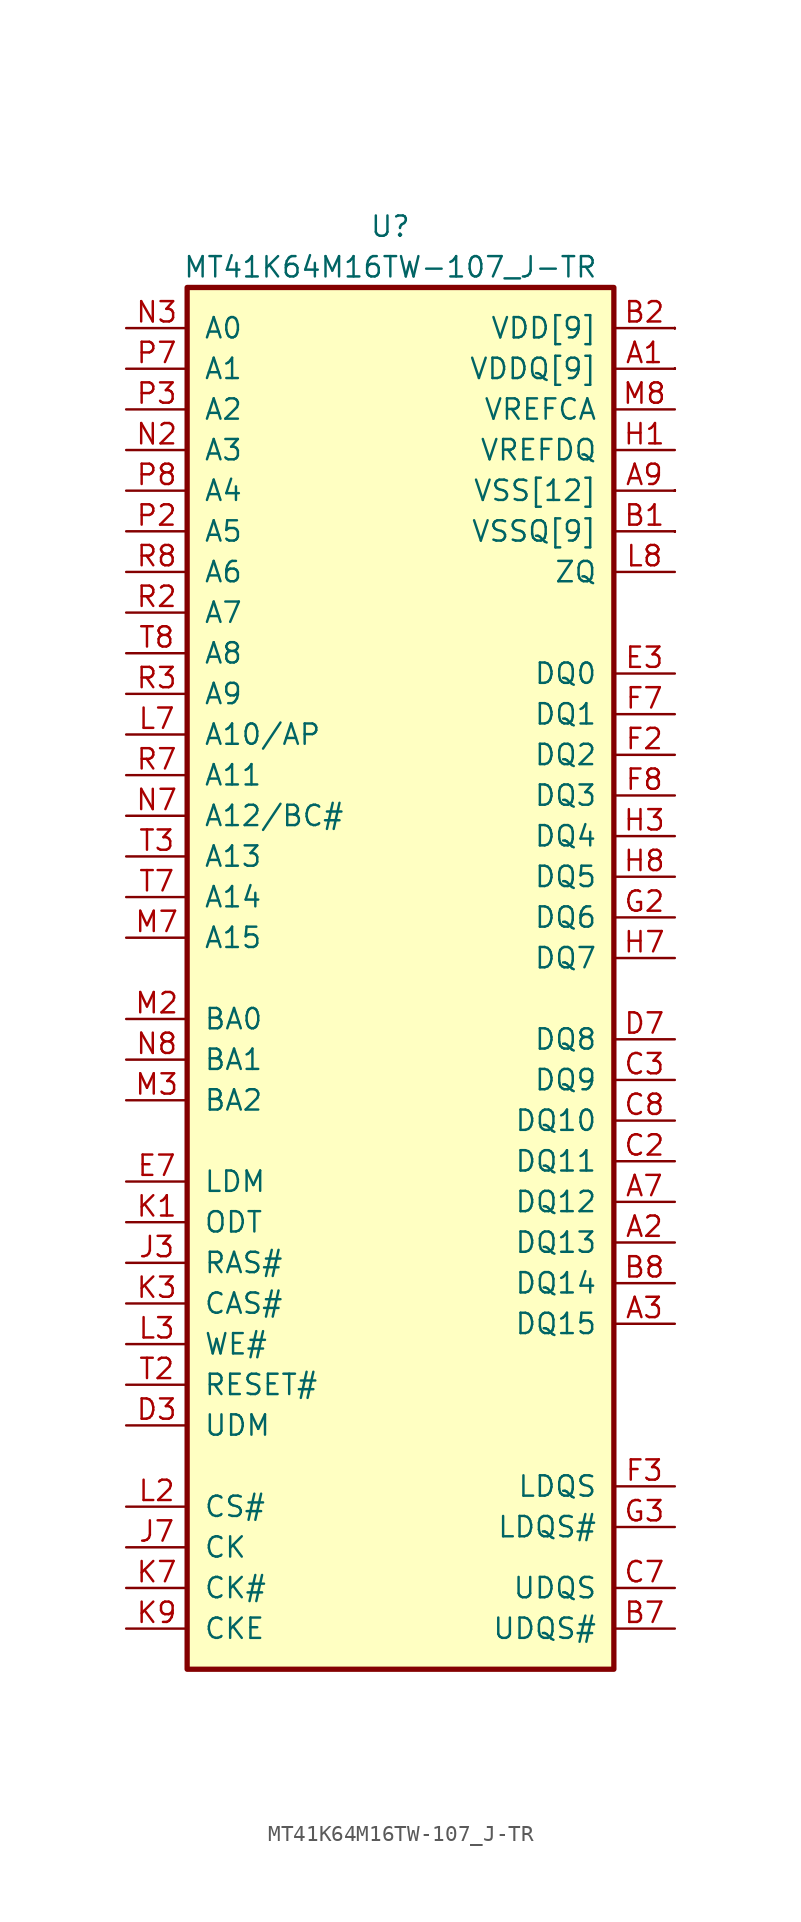
<source format=kicad_sym>
(kicad_symbol_lib
  (version 20241209)
  (generator "kicad_symbol_editor")
  (generator_version "9.0")
  (symbol "MT41K64M16TW-107_J-TR"
    (pin_names
      (offset 1.016))
    (property "Reference" "U"
      (at 0 36.83 0)
      (effects (font (size 1.27 1.27))))
    (property "Value" "MT41K64M16TW-107_J-TR"
      (at 0 34.29 0)
      (effects (font (size 1.27 1.27))))
    (symbol "MT41K64M16TW-107_J-TR_0_1"
      (rectangle (start -12.7 33.02) (end 13.97 -53.34) (stroke (width 0.33) (type solid)) (fill (type background))))
    (symbol "MT41K64M16TW-107_J-TR_1_1"
      (pin input line (at -16.51 30.48 0) (length 3.81) (name "A0" (effects (font (size 1.27 1.27)))) (number "N3" (effects (font (size 1.27 1.27)))))
      (pin input line (at -16.51 27.94 0) (length 3.81) (name "A1" (effects (font (size 1.27 1.27)))) (number "P7" (effects (font (size 1.27 1.27)))))
      (pin input line (at -16.51 25.4 0) (length 3.81) (name "A2" (effects (font (size 1.27 1.27)))) (number "P3" (effects (font (size 1.27 1.27)))))
      (pin input line (at -16.51 22.86 0) (length 3.81) (name "A3" (effects (font (size 1.27 1.27)))) (number "N2" (effects (font (size 1.27 1.27)))))
      (pin input line (at -16.51 20.32 0) (length 3.81) (name "A4" (effects (font (size 1.27 1.27)))) (number "P8" (effects (font (size 1.27 1.27)))))
      (pin input line (at -16.51 17.78 0) (length 3.81) (name "A5" (effects (font (size 1.27 1.27)))) (number "P2" (effects (font (size 1.27 1.27)))))
      (pin input line (at -16.51 15.24 0) (length 3.81) (name "A6" (effects (font (size 1.27 1.27)))) (number "R8" (effects (font (size 1.27 1.27)))))
      (pin input line (at -16.51 12.7 0) (length 3.81) (name "A7" (effects (font (size 1.27 1.27)))) (number "R2" (effects (font (size 1.27 1.27)))))
      (pin input line (at -16.51 10.16 0) (length 3.81) (name "A8" (effects (font (size 1.27 1.27)))) (number "T8" (effects (font (size 1.27 1.27)))))
      (pin input line (at -16.51 7.62 0) (length 3.81) (name "A9" (effects (font (size 1.27 1.27)))) (number "R3" (effects (font (size 1.27 1.27)))))
      (pin input line (at -16.51 5.08 0) (length 3.81) (name "A10/AP" (effects (font (size 1.27 1.27)))) (number "L7" (effects (font (size 1.27 1.27)))))
      (pin input line (at -16.51 2.54 0) (length 3.81) (name "A11" (effects (font (size 1.27 1.27)))) (number "R7" (effects (font (size 1.27 1.27)))))
      (pin input line (at -16.51 0 0) (length 3.81) (name "A12/BC#" (effects (font (size 1.27 1.27)))) (number "N7" (effects (font (size 1.27 1.27)))))
      (pin input line (at -16.51 -2.54 0) (length 3.81) (name "A13" (effects (font (size 1.27 1.27)))) (number "T3" (effects (font (size 1.27 1.27)))))
      (pin input line (at -16.51 -5.08 0) (length 3.81) (name "A14" (effects (font (size 1.27 1.27)))) (number "T7" (effects (font (size 1.27 1.27)))))
      (pin input line (at -16.51 -7.62 0) (length 3.81) (name "A15" (effects (font (size 1.27 1.27)))) (number "M7" (effects (font (size 1.27 1.27)))))
      (pin input line (at -16.51 -12.7 0) (length 3.81) (name "BA0" (effects (font (size 1.27 1.27)))) (number "M2" (effects (font (size 1.27 1.27)))))
      (pin input line (at -16.51 -15.24 0) (length 3.81) (name "BA1" (effects (font (size 1.27 1.27)))) (number "N8" (effects (font (size 1.27 1.27)))))
      (pin input line (at -16.51 -17.78 0) (length 3.81) (name "BA2" (effects (font (size 1.27 1.27)))) (number "M3" (effects (font (size 1.27 1.27)))))
      (pin input line (at -16.51 -22.86 0) (length 3.81) (name "LDM" (effects (font (size 1.27 1.27)))) (number "E7" (effects (font (size 1.27 1.27)))))
      (pin input line (at -16.51 -25.4 0) (length 3.81) (name "ODT" (effects (font (size 1.27 1.27)))) (number "K1" (effects (font (size 1.27 1.27)))))
      (pin input line (at -16.51 -27.94 0) (length 3.81) (name "RAS#" (effects (font (size 1.27 1.27)))) (number "J3" (effects (font (size 1.27 1.27)))))
      (pin input line (at -16.51 -30.48 0) (length 3.81) (name "CAS#" (effects (font (size 1.27 1.27)))) (number "K3" (effects (font (size 1.27 1.27)))))
      (pin input line (at -16.51 -33.02 0) (length 3.81) (name "WE#" (effects (font (size 1.27 1.27)))) (number "L3" (effects (font (size 1.27 1.27)))))
      (pin input line (at -16.51 -35.56 0) (length 3.81) (name "RESET#" (effects (font (size 1.27 1.27)))) (number "T2" (effects (font (size 1.27 1.27)))))
      (pin input line (at -16.51 -38.1 0) (length 3.81) (name "UDM" (effects (font (size 1.27 1.27)))) (number "D3" (effects (font (size 1.27 1.27)))))
      (pin input line (at -16.51 -43.18 0) (length 3.81) (name "CS#" (effects (font (size 1.27 1.27)))) (number "L2" (effects (font (size 1.27 1.27)))))
      (pin input line (at -16.51 -45.72 0) (length 3.81) (name "CK" (effects (font (size 1.27 1.27)))) (number "J7" (effects (font (size 1.27 1.27)))))
      (pin input line (at -16.51 -48.26 0) (length 3.81) (name "CK#" (effects (font (size 1.27 1.27)))) (number "K7" (effects (font (size 1.27 1.27)))))
      (pin input line (at -16.51 -50.8 0) (length 3.81) (name "CKE" (effects (font (size 1.27 1.27)))) (number "K9" (effects (font (size 1.27 1.27)))))
      (pin input line (at 17.78 30.48 180) (length 3.81) (name "VDD[9]" (effects (font (size 1.27 1.27)))) (number "B2" (effects (font (size 1.27 1.27)))))
      (pin input line (at 17.78 30.48 180) (length 0) (name "VDD" (effects (font (size 0 0)))) (number "D9" (effects (font (size 0 0)))))
      (pin input line (at 17.78 30.48 180) (length 0) (name "VDD" (effects (font (size 0 0)))) (number "G7" (effects (font (size 0 0)))))
      (pin input line (at 17.78 30.48 180) (length 0) (name "VDD" (effects (font (size 0 0)))) (number "K2" (effects (font (size 0 0)))))
      (pin input line (at 17.78 30.48 180) (length 0) (name "VDD" (effects (font (size 0 0)))) (number "K8" (effects (font (size 0 0)))))
      (pin input line (at 17.78 30.48 180) (length 0) (name "VDD" (effects (font (size 0 0)))) (number "N1" (effects (font (size 0 0)))))
      (pin input line (at 17.78 30.48 180) (length 0) (name "VDD" (effects (font (size 0 0)))) (number "N9" (effects (font (size 0 0)))))
      (pin input line (at 17.78 30.48 180) (length 0) (name "VDD" (effects (font (size 0 0)))) (number "R1" (effects (font (size 0 0)))))
      (pin input line (at 17.78 30.48 180) (length 0) (name "VDD" (effects (font (size 0 0)))) (number "R9" (effects (font (size 0 0)))))
      (pin input line (at 17.78 27.94 180) (length 3.81) (name "VDDQ[9]" (effects (font (size 1.27 1.27)))) (number "A1" (effects (font (size 1.27 1.27)))))
      (pin input line (at 17.78 27.94 180) (length 0) (name "VDDQ" (effects (font (size 0 0)))) (number "A8" (effects (font (size 0 0)))))
      (pin input line (at 17.78 27.94 180) (length 0) (name "VDDQ" (effects (font (size 0 0)))) (number "C1" (effects (font (size 0 0)))))
      (pin input line (at 17.78 27.94 180) (length 0) (name "VDDQ" (effects (font (size 0 0)))) (number "C9" (effects (font (size 0 0)))))
      (pin input line (at 17.78 27.94 180) (length 0) (name "VDDQ" (effects (font (size 0 0)))) (number "D2" (effects (font (size 0 0)))))
      (pin input line (at 17.78 27.94 180) (length 0) (name "VDDQ" (effects (font (size 0 0)))) (number "E9" (effects (font (size 0 0)))))
      (pin input line (at 17.78 27.94 180) (length 0) (name "VDDQ" (effects (font (size 0 0)))) (number "F1" (effects (font (size 0 0)))))
      (pin input line (at 17.78 27.94 180) (length 0) (name "VDDQ" (effects (font (size 0 0)))) (number "H2" (effects (font (size 0 0)))))
      (pin input line (at 17.78 27.94 180) (length 0) (name "VDDQ" (effects (font (size 0 0)))) (number "H9" (effects (font (size 0 0)))))
      (pin input line (at 17.78 25.4 180) (length 3.81) (name "VREFCA" (effects (font (size 1.27 1.27)))) (number "M8" (effects (font (size 1.27 1.27)))))
      (pin input line (at 17.78 22.86 180) (length 3.81) (name "VREFDQ" (effects (font (size 1.27 1.27)))) (number "H1" (effects (font (size 1.27 1.27)))))
      (pin input line (at 17.78 20.32 180) (length 3.81) (name "VSS[12]" (effects (font (size 1.27 1.27)))) (number "A9" (effects (font (size 1.27 1.27)))))
      (pin input line (at 17.78 20.32 180) (length 0) (name "VSS" (effects (font (size 0 0)))) (number "B3" (effects (font (size 0 0)))))
      (pin input line (at 17.78 20.32 180) (length 0) (name "VSS" (effects (font (size 0 0)))) (number "E1" (effects (font (size 0 0)))))
      (pin input line (at 17.78 20.32 180) (length 0) (name "VSS" (effects (font (size 0 0)))) (number "J2" (effects (font (size 0 0)))))
      (pin input line (at 17.78 20.32 180) (length 0) (name "VSS" (effects (font (size 0 0)))) (number "J8" (effects (font (size 0 0)))))
      (pin input line (at 17.78 20.32 180) (length 0) (name "VSS" (effects (font (size 0 0)))) (number "M1" (effects (font (size 0 0)))))
      (pin input line (at 17.78 20.32 180) (length 0) (name "VSS" (effects (font (size 0 0)))) (number "M9" (effects (font (size 0 0)))))
      (pin input line (at 17.78 20.32 180) (length 0) (name "VSS" (effects (font (size 0 0)))) (number "P1" (effects (font (size 0 0)))))
      (pin input line (at 17.78 20.32 180) (length 0) (name "VSS" (effects (font (size 0 0)))) (number "P9" (effects (font (size 0 0)))))
      (pin input line (at 17.78 20.32 180) (length 0) (name "VSS" (effects (font (size 0 0)))) (number "P9" (effects (font (size 0 0)))))
      (pin input line (at 17.78 20.32 180) (length 0) (name "VSS" (effects (font (size 0 0)))) (number "T1" (effects (font (size 0 0)))))
      (pin input line (at 17.78 20.32 180) (length 0) (name "VSS" (effects (font (size 0 0)))) (number "T9" (effects (font (size 0 0)))))
      (pin input line (at 17.78 17.78 180) (length 3.81) (name "VSSQ[9]" (effects (font (size 1.27 1.27)))) (number "B1" (effects (font (size 1.27 1.27)))))
      (pin input line (at 17.78 17.78 180) (length 0) (name "VSSQ" (effects (font (size 0 0)))) (number "B9" (effects (font (size 0 0)))))
      (pin input line (at 17.78 17.78 180) (length 0) (name "VSSQ" (effects (font (size 0 0)))) (number "D1" (effects (font (size 0 0)))))
      (pin input line (at 17.78 17.78 180) (length 0) (name "VSSQ" (effects (font (size 0 0)))) (number "D8" (effects (font (size 0 0)))))
      (pin input line (at 17.78 17.78 180) (length 0) (name "VSSQ" (effects (font (size 0 0)))) (number "E2" (effects (font (size 0 0)))))
      (pin input line (at 17.78 17.78 180) (length 0) (name "VSSQ" (effects (font (size 0 0)))) (number "E8" (effects (font (size 0 0)))))
      (pin input line (at 17.78 17.78 180) (length 0) (name "VSSQ" (effects (font (size 0 0)))) (number "F9" (effects (font (size 0 0)))))
      (pin input line (at 17.78 17.78 180) (length 0) (name "VSSQ" (effects (font (size 0 0)))) (number "G1" (effects (font (size 0 0)))))
      (pin input line (at 17.78 17.78 180) (length 0) (name "VSSQ" (effects (font (size 0 0)))) (number "G9" (effects (font (size 0 0)))))
      (pin input line (at 17.78 15.24 180) (length 3.81) (name "ZQ" (effects (font (size 1.27 1.27)))) (number "L8" (effects (font (size 1.27 1.27)))))
      (pin input line (at 17.78 8.89 180) (length 3.81) (name "DQ0" (effects (font (size 1.27 1.27)))) (number "E3" (effects (font (size 1.27 1.27)))))
      (pin input line (at 17.78 6.35 180) (length 3.81) (name "DQ1" (effects (font (size 1.27 1.27)))) (number "F7" (effects (font (size 1.27 1.27)))))
      (pin input line (at 17.78 3.81 180) (length 3.81) (name "DQ2" (effects (font (size 1.27 1.27)))) (number "F2" (effects (font (size 1.27 1.27)))))
      (pin input line (at 17.78 1.27 180) (length 3.81) (name "DQ3" (effects (font (size 1.27 1.27)))) (number "F8" (effects (font (size 1.27 1.27)))))
      (pin input line (at 17.78 -1.27 180) (length 3.81) (name "DQ4" (effects (font (size 1.27 1.27)))) (number "H3" (effects (font (size 1.27 1.27)))))
      (pin input line (at 17.78 -3.81 180) (length 3.81) (name "DQ5" (effects (font (size 1.27 1.27)))) (number "H8" (effects (font (size 1.27 1.27)))))
      (pin input line (at 17.78 -6.35 180) (length 3.81) (name "DQ6" (effects (font (size 1.27 1.27)))) (number "G2" (effects (font (size 1.27 1.27)))))
      (pin input line (at 17.78 -8.89 180) (length 3.81) (name "DQ7" (effects (font (size 1.27 1.27)))) (number "H7" (effects (font (size 1.27 1.27)))))
      (pin input line (at 17.78 -13.97 180) (length 3.81) (name "DQ8" (effects (font (size 1.27 1.27)))) (number "D7" (effects (font (size 1.27 1.27)))))
      (pin input line (at 17.78 -16.51 180) (length 3.81) (name "DQ9" (effects (font (size 1.27 1.27)))) (number "C3" (effects (font (size 1.27 1.27)))))
      (pin input line (at 17.78 -19.05 180) (length 3.81) (name "DQ10" (effects (font (size 1.27 1.27)))) (number "C8" (effects (font (size 1.27 1.27)))))
      (pin input line (at 17.78 -21.59 180) (length 3.81) (name "DQ11" (effects (font (size 1.27 1.27)))) (number "C2" (effects (font (size 1.27 1.27)))))
      (pin input line (at 17.78 -24.13 180) (length 3.81) (name "DQ12" (effects (font (size 1.27 1.27)))) (number "A7" (effects (font (size 1.27 1.27)))))
      (pin input line (at 17.78 -26.67 180) (length 3.81) (name "DQ13" (effects (font (size 1.27 1.27)))) (number "A2" (effects (font (size 1.27 1.27)))))
      (pin input line (at 17.78 -29.21 180) (length 3.81) (name "DQ14" (effects (font (size 1.27 1.27)))) (number "B8" (effects (font (size 1.27 1.27)))))
      (pin input line (at 17.78 -31.75 180) (length 3.81) (name "DQ15" (effects (font (size 1.27 1.27)))) (number "A3" (effects (font (size 1.27 1.27)))))
      (pin input line (at 17.78 -41.91 180) (length 3.81) (name "LDQS" (effects (font (size 1.27 1.27)))) (number "F3" (effects (font (size 1.27 1.27)))))
      (pin input line (at 17.78 -44.45 180) (length 3.81) (name "LDQS#" (effects (font (size 1.27 1.27)))) (number "G3" (effects (font (size 1.27 1.27)))))
      (pin input line (at 17.78 -48.26 180) (length 3.81) (name "UDQS" (effects (font (size 1.27 1.27)))) (number "C7" (effects (font (size 1.27 1.27)))))
      (pin input line (at 17.78 -50.8 180) (length 3.81) (name "UDQS#" (effects (font (size 1.27 1.27)))) (number "B7" (effects (font (size 1.27 1.27))))))))
</source>
